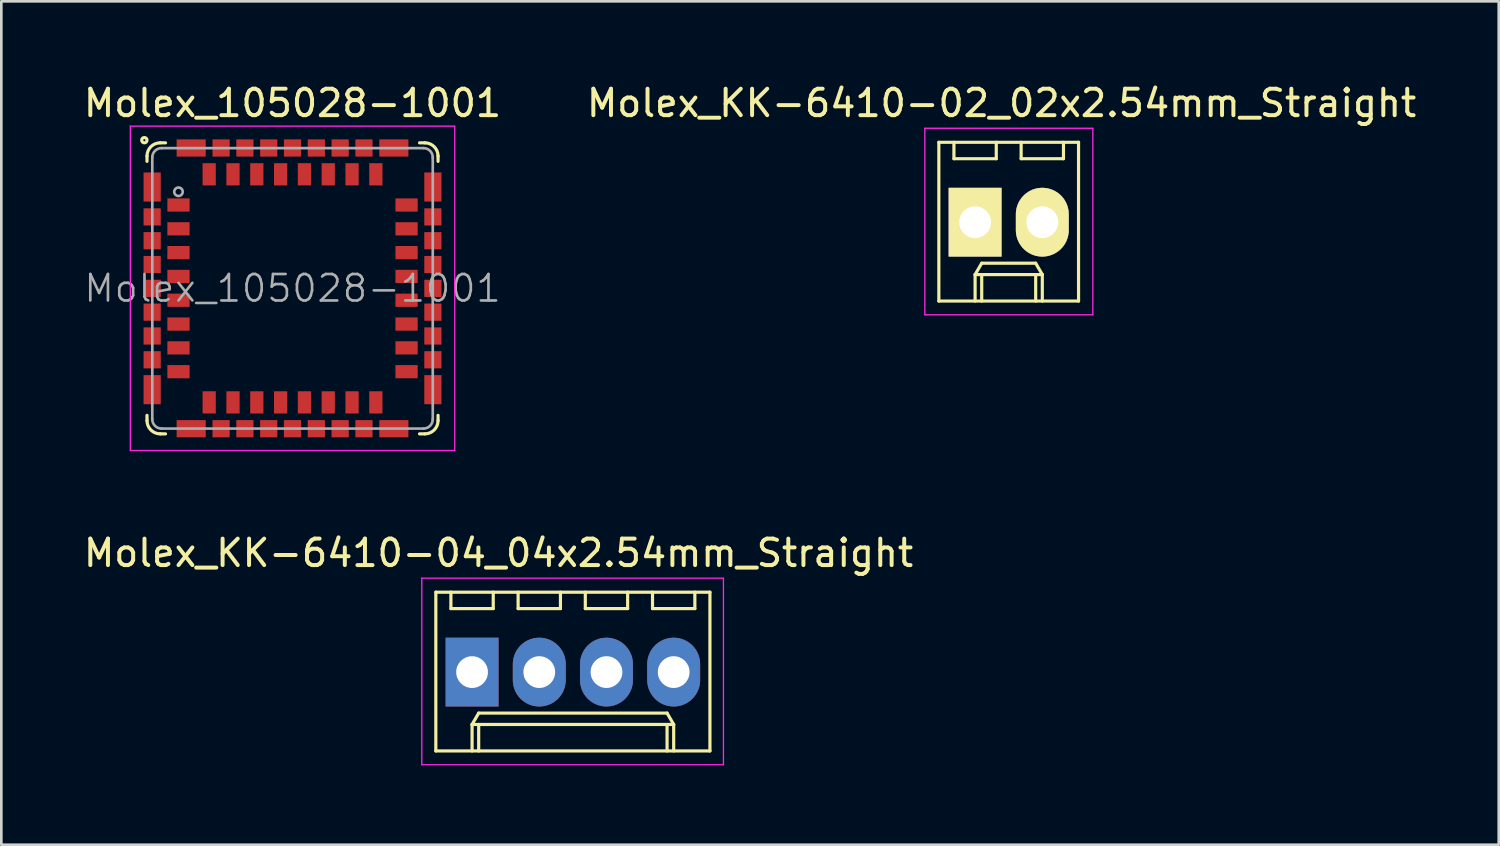
<source format=kicad_pcb>
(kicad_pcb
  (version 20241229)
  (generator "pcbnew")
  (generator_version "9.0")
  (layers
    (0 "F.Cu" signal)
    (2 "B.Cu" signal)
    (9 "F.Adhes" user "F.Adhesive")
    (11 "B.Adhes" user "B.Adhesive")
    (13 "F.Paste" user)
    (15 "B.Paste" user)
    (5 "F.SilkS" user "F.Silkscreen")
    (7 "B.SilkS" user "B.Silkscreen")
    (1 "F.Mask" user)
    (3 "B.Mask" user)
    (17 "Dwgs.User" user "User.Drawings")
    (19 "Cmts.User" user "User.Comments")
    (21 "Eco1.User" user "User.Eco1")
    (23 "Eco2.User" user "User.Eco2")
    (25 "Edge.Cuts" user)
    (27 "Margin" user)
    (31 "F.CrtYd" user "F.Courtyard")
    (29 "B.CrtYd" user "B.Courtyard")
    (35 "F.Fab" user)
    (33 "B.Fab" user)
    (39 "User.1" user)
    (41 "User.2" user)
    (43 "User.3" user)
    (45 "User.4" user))
  (footprint "Molex_105028-1001"
    (layer "F.Cu")
    (at 8.006 7.848)
    (property "Reference" "Molex_105028-1001" (at 0 -7 0) (layer "F.SilkS") (effects (font (size 1 1) (thickness 0.15))))
    (attr smd)
    (fp_line (start -5.5 -4.8) (end -5.5 -5) (stroke (width 0.12) (type solid)) (layer "F.SilkS"))
    (fp_line (start -5.5 5) (end -5.5 4.8) (stroke (width 0.12) (type solid)) (layer "F.SilkS"))
    (fp_line (start -5 5.5) (end -4.8 5.5) (stroke (width 0.12) (type solid)) (layer "F.SilkS"))
    (fp_line (start -4.8 -5.5) (end -5 -5.5) (stroke (width 0.12) (type solid)) (layer "F.SilkS"))
    (fp_line (start 4.8 -5.5) (end 5 -5.5) (stroke (width 0.12) (type solid)) (layer "F.SilkS"))
    (fp_line (start 5 5.5) (end 4.8 5.5) (stroke (width 0.12) (type solid)) (layer "F.SilkS"))
    (fp_line (start 5.5 -5) (end 5.5 -4.8) (stroke (width 0.12) (type solid)) (layer "F.SilkS"))
    (fp_line (start 5.5 5) (end 5.5 4.8) (stroke (width 0.12) (type solid)) (layer "F.SilkS"))
    (fp_arc (start -5.5 -5) (mid -5.353553 -5.353553) (end -5 -5.5) (stroke (width 0.12) (type solid)) (layer "F.SilkS"))
    (fp_arc (start -5 5.5) (mid -5.353553 5.353553) (end -5.5 5) (stroke (width 0.12) (type solid)) (layer "F.SilkS"))
    (fp_arc (start 5 -5.5) (mid 5.353553 -5.353553) (end 5.5 -5) (stroke (width 0.12) (type solid)) (layer "F.SilkS"))
    (fp_arc (start 5.5 5) (mid 5.353553 5.353553) (end 5 5.5) (stroke (width 0.12) (type solid)) (layer "F.SilkS"))
    (fp_circle (center -5.6 -5.6) (end -5.6 -5.5) (stroke (width 0.12) (type solid)) (fill no) (layer "F.SilkS"))
    (fp_line (start -6.13 -6.13) (end 6.13 -6.13) (stroke (width 0.05) (type solid)) (layer "F.CrtYd"))
    (fp_line (start -6.13 6.13) (end -6.13 -6.13) (stroke (width 0.05) (type solid)) (layer "F.CrtYd"))
    (fp_line (start 6.13 -6.13) (end 6.13 6.13) (stroke (width 0.05) (type solid)) (layer "F.CrtYd"))
    (fp_line (start 6.13 6.13) (end -6.13 6.13) (stroke (width 0.05) (type solid)) (layer "F.CrtYd"))
    (fp_line (start -5.3 4.95) (end -5.3 -4.95) (stroke (width 0.1) (type solid)) (layer "F.Fab"))
    (fp_line (start -4.95 -5.3) (end 4.95 -5.3) (stroke (width 0.1) (type solid)) (layer "F.Fab"))
    (fp_line (start -4.95 5.3) (end 4.95 5.3) (stroke (width 0.1) (type solid)) (layer "F.Fab"))
    (fp_line (start 5.3 -4.95) (end 5.3 4.95) (stroke (width 0.1) (type solid)) (layer "F.Fab"))
    (fp_arc (start -5.3 -4.95) (mid -5.197487 -5.197487) (end -4.95 -5.3) (stroke (width 0.1) (type solid)) (layer "F.Fab"))
    (fp_arc (start -4.95 5.3) (mid -5.197487 5.197487) (end -5.3 4.95) (stroke (width 0.1) (type solid)) (layer "F.Fab"))
    (fp_arc (start 4.95 -5.3) (mid 5.197487 -5.197487) (end 5.3 -4.95) (stroke (width 0.1) (type solid)) (layer "F.Fab"))
    (fp_arc (start 5.3 4.95) (mid 5.197487 5.197487) (end 4.95 5.3) (stroke (width 0.1) (type solid)) (layer "F.Fab"))
    (fp_circle (center -4.31 -3.65) (end -4.31 -3.81) (stroke (width 0.1) (type solid)) (fill no) (layer "F.Fab"))
    (fp_text user "${REFERENCE}" (at 0 0 0) (layer "F.Fab") (effects (font (size 1 1) (thickness 0.1))))
    (pad "1" smd rect (at -4.31 -3.15) (size 0.84 0.5) (layers "F.Cu" "F.Mask" "F.Paste"))
    (pad "2" smd rect (at -4.31 -2.25) (size 0.84 0.5) (layers "F.Cu" "F.Mask" "F.Paste"))
    (pad "3" smd rect (at -4.31 -1.35) (size 0.84 0.5) (layers "F.Cu" "F.Mask" "F.Paste"))
    (pad "4" smd rect (at -4.31 -0.45) (size 0.84 0.5) (layers "F.Cu" "F.Mask" "F.Paste"))
    (pad "5" smd rect (at -4.31 0.45) (size 0.84 0.5) (layers "F.Cu" "F.Mask" "F.Paste"))
    (pad "6" smd rect (at -4.31 1.35) (size 0.84 0.5) (layers "F.Cu" "F.Mask" "F.Paste"))
    (pad "7" smd rect (at -4.31 2.25) (size 0.84 0.5) (layers "F.Cu" "F.Mask" "F.Paste"))
    (pad "8" smd rect (at -4.31 3.15) (size 0.84 0.5) (layers "F.Cu" "F.Mask" "F.Paste"))
    (pad "9" smd rect (at -3.15 4.31 90) (size 0.84 0.5) (layers "F.Cu" "F.Mask" "F.Paste"))
    (pad "10" smd rect (at -2.25 4.31 90) (size 0.84 0.5) (layers "F.Cu" "F.Mask" "F.Paste"))
    (pad "11" smd rect (at -1.35 4.31 90) (size 0.84 0.5) (layers "F.Cu" "F.Mask" "F.Paste"))
    (pad "12" smd rect (at -0.45 4.31 90) (size 0.84 0.5) (layers "F.Cu" "F.Mask" "F.Paste"))
    (pad "13" smd rect (at 0.45 4.31 90) (size 0.84 0.5) (layers "F.Cu" "F.Mask" "F.Paste"))
    (pad "14" smd rect (at 1.35 4.31 90) (size 0.84 0.5) (layers "F.Cu" "F.Mask" "F.Paste"))
    (pad "15" smd rect (at 2.25 4.31 90) (size 0.84 0.5) (layers "F.Cu" "F.Mask" "F.Paste"))
    (pad "16" smd rect (at 3.15 4.31 90) (size 0.84 0.5) (layers "F.Cu" "F.Mask" "F.Paste"))
    (pad "17" smd rect (at 4.31 3.15) (size 0.84 0.5) (layers "F.Cu" "F.Mask" "F.Paste"))
    (pad "18" smd rect (at 4.31 2.25) (size 0.84 0.5) (layers "F.Cu" "F.Mask" "F.Paste"))
    (pad "19" smd rect (at 4.31 1.35) (size 0.84 0.5) (layers "F.Cu" "F.Mask" "F.Paste"))
    (pad "20" smd rect (at 4.31 0.45) (size 0.84 0.5) (layers "F.Cu" "F.Mask" "F.Paste"))
    (pad "21" smd rect (at 4.31 -0.45) (size 0.84 0.5) (layers "F.Cu" "F.Mask" "F.Paste"))
    (pad "22" smd rect (at 4.31 -1.35) (size 0.84 0.5) (layers "F.Cu" "F.Mask" "F.Paste"))
    (pad "23" smd rect (at 4.31 -2.25) (size 0.84 0.5) (layers "F.Cu" "F.Mask" "F.Paste"))
    (pad "24" smd rect (at 4.31 -3.15) (size 0.84 0.5) (layers "F.Cu" "F.Mask" "F.Paste"))
    (pad "25" smd rect (at 3.15 -4.31 90) (size 0.84 0.5) (layers "F.Cu" "F.Mask" "F.Paste"))
    (pad "26" smd rect (at 2.25 -4.31 90) (size 0.84 0.5) (layers "F.Cu" "F.Mask" "F.Paste"))
    (pad "27" smd rect (at 1.35 -4.31 90) (size 0.84 0.5) (layers "F.Cu" "F.Mask" "F.Paste"))
    (pad "28" smd rect (at 0.45 -4.31 90) (size 0.84 0.5) (layers "F.Cu" "F.Mask" "F.Paste"))
    (pad "29" smd rect (at -0.45 -4.31 90) (size 0.84 0.5) (layers "F.Cu" "F.Mask" "F.Paste"))
    (pad "30" smd rect (at -1.35 -4.31 90) (size 0.84 0.5) (layers "F.Cu" "F.Mask" "F.Paste"))
    (pad "31" smd rect (at -2.25 -4.31 90) (size 0.84 0.5) (layers "F.Cu" "F.Mask" "F.Paste"))
    (pad "32" smd rect (at -3.15 -4.31 90) (size 0.84 0.5) (layers "F.Cu" "F.Mask" "F.Paste"))
    (pad "33" smd rect (at -5.305 -3.83) (size 0.65 1.1) (layers "F.Cu" "F.Mask" "F.Paste"))
    (pad "33" smd rect (at -5.305 -2.7 90) (size 0.65 0.65) (layers "F.Cu" "F.Mask" "F.Paste"))
    (pad "33" smd rect (at -5.305 -1.8 90) (size 0.65 0.65) (layers "F.Cu" "F.Mask" "F.Paste"))
    (pad "33" smd rect (at -5.305 -0.9 90) (size 0.65 0.65) (layers "F.Cu" "F.Mask" "F.Paste"))
    (pad "33" smd rect (at -5.305 0 90) (size 0.65 0.65) (layers "F.Cu" "F.Mask" "F.Paste"))
    (pad "33" smd rect (at -5.305 1.8 90) (size 0.65 0.65) (layers "F.Cu" "F.Mask" "F.Paste"))
    (pad "33" smd rect (at -5.305 2.7 90) (size 0.65 0.65) (layers "F.Cu" "F.Mask" "F.Paste"))
    (pad "33" smd rect (at -5.305 3.83) (size 0.65 1.1) (layers "F.Cu" "F.Mask" "F.Paste"))
    (pad "33" smd rect (at -3.83 -5.305 90) (size 0.65 1.1) (layers "F.Cu" "F.Mask" "F.Paste"))
    (pad "33" smd rect (at -3.83 5.305 90) (size 0.65 1.1) (layers "F.Cu" "F.Mask" "F.Paste"))
    (pad "33" smd rect (at -2.7 -5.305 90) (size 0.65 0.65) (layers "F.Cu" "F.Mask" "F.Paste"))
    (pad "33" smd rect (at -2.7 5.305 90) (size 0.65 0.65) (layers "F.Cu" "F.Mask" "F.Paste"))
    (pad "33" smd rect (at -1.8 -5.305 90) (size 0.65 0.65) (layers "F.Cu" "F.Mask" "F.Paste"))
    (pad "33" smd rect (at -1.8 5.305 90) (size 0.65 0.65) (layers "F.Cu" "F.Mask" "F.Paste"))
    (pad "33" smd rect (at -0.9 -5.305 90) (size 0.65 0.65) (layers "F.Cu" "F.Mask" "F.Paste"))
    (pad "33" smd rect (at -0.9 5.305 90) (size 0.65 0.65) (layers "F.Cu" "F.Mask" "F.Paste"))
    (pad "33" smd rect (at 0 -5.305 90) (size 0.65 0.65) (layers "F.Cu" "F.Mask" "F.Paste"))
    (pad "33" smd rect (at 0 5.305 90) (size 0.65 0.65) (layers "F.Cu" "F.Mask" "F.Paste"))
    (pad "33" smd rect (at 0.9 -5.305 90) (size 0.65 0.65) (layers "F.Cu" "F.Mask" "F.Paste"))
    (pad "33" smd rect (at 0.9 5.305 90) (size 0.65 0.65) (layers "F.Cu" "F.Mask" "F.Paste"))
    (pad "33" smd rect (at 1.8 -5.305 90) (size 0.65 0.65) (layers "F.Cu" "F.Mask" "F.Paste"))
    (pad "33" smd rect (at 1.8 5.305 90) (size 0.65 0.65) (layers "F.Cu" "F.Mask" "F.Paste"))
    (pad "33" smd rect (at 2.7 -5.305 90) (size 0.65 0.65) (layers "F.Cu" "F.Mask" "F.Paste"))
    (pad "33" smd rect (at 2.7 5.305 90) (size 0.65 0.65) (layers "F.Cu" "F.Mask" "F.Paste"))
    (pad "33" smd rect (at 3.83 -5.305 90) (size 0.65 1.1) (layers "F.Cu" "F.Mask" "F.Paste"))
    (pad "33" smd rect (at 3.83 5.305 90) (size 0.65 1.1) (layers "F.Cu" "F.Mask" "F.Paste"))
    (pad "33" smd rect (at 5.305 -3.83) (size 0.65 1.1) (layers "F.Cu" "F.Mask" "F.Paste"))
    (pad "33" smd rect (at 5.305 -2.7 90) (size 0.65 0.65) (layers "F.Cu" "F.Mask" "F.Paste"))
    (pad "33" smd rect (at 5.305 -1.8 90) (size 0.65 0.65) (layers "F.Cu" "F.Mask" "F.Paste"))
    (pad "33" smd rect (at 5.305 -0.9 90) (size 0.65 0.65) (layers "F.Cu" "F.Mask" "F.Paste"))
    (pad "33" smd rect (at 5.305 0 90) (size 0.65 0.65) (layers "F.Cu" "F.Mask" "F.Paste"))
    (pad "33" smd rect (at 5.305 0.9 90) (size 0.65 0.65) (layers "F.Cu" "F.Mask" "F.Paste"))
    (pad "33" smd rect (at 5.305 1.8 90) (size 0.65 0.65) (layers "F.Cu" "F.Mask" "F.Paste"))
    (pad "33" smd rect (at 5.305 2.7 90) (size 0.65 0.65) (layers "F.Cu" "F.Mask" "F.Paste"))
    (pad "33" smd rect (at 5.305 3.83) (size 0.65 1.1) (layers "F.Cu" "F.Mask" "F.Paste"))
    (pad "3341" smd rect (at -5.305 0.9 90) (size 0.65 0.65) (layers "F.Cu" "F.Mask" "F.Paste")))
  (footprint "Molex_KK-6410-02_02x2.54mm_Straight"
    (layer "F.Cu")
    (at 33.804 5.348)
    (property "Reference" "Molex_KK-6410-02_02x2.54mm_Straight" (at 1 -4.5 0) (layer "F.SilkS") (effects (font (size 1 1) (thickness 0.15))))
    (attr through_hole)
    (fp_line (start -1.37 -3.02) (end -1.37 2.98) (stroke (width 0.12) (type solid)) (layer "F.SilkS"))
    (fp_line (start -1.37 2.98) (end 3.91 2.98) (stroke (width 0.12) (type solid)) (layer "F.SilkS"))
    (fp_line (start -0.8 -3.02) (end -0.8 -2.4) (stroke (width 0.12) (type solid)) (layer "F.SilkS"))
    (fp_line (start -0.8 -2.4) (end 0.8 -2.4) (stroke (width 0.12) (type solid)) (layer "F.SilkS"))
    (fp_line (start 0 1.98) (end 0.25 1.55) (stroke (width 0.12) (type solid)) (layer "F.SilkS"))
    (fp_line (start 0 1.98) (end 2.54 1.98) (stroke (width 0.12) (type solid)) (layer "F.SilkS"))
    (fp_line (start 0 2.98) (end 0 1.98) (stroke (width 0.12) (type solid)) (layer "F.SilkS"))
    (fp_line (start 0.25 1.55) (end 2.29 1.55) (stroke (width 0.12) (type solid)) (layer "F.SilkS"))
    (fp_line (start 0.25 2.98) (end 0.25 1.98) (stroke (width 0.12) (type solid)) (layer "F.SilkS"))
    (fp_line (start 0.8 -2.4) (end 0.8 -3.02) (stroke (width 0.12) (type solid)) (layer "F.SilkS"))
    (fp_line (start 1.74 -3.02) (end 1.74 -2.4) (stroke (width 0.12) (type solid)) (layer "F.SilkS"))
    (fp_line (start 1.74 -2.4) (end 3.34 -2.4) (stroke (width 0.12) (type solid)) (layer "F.SilkS"))
    (fp_line (start 2.29 1.55) (end 2.54 1.98) (stroke (width 0.12) (type solid)) (layer "F.SilkS"))
    (fp_line (start 2.29 2.98) (end 2.29 1.98) (stroke (width 0.12) (type solid)) (layer "F.SilkS"))
    (fp_line (start 2.54 1.98) (end 2.54 2.98) (stroke (width 0.12) (type solid)) (layer "F.SilkS"))
    (fp_line (start 3.34 -2.4) (end 3.34 -3.02) (stroke (width 0.12) (type solid)) (layer "F.SilkS"))
    (fp_line (start 3.91 -3.02) (end -1.37 -3.02) (stroke (width 0.12) (type solid)) (layer "F.SilkS"))
    (fp_line (start 3.91 2.98) (end 3.91 -3.02) (stroke (width 0.12) (type solid)) (layer "F.SilkS"))
    (fp_line (start -1.9 -3.55) (end 4.45 -3.55) (stroke (width 0.05) (type solid)) (layer "F.CrtYd"))
    (fp_line (start -1.9 3.5) (end -1.9 -3.55) (stroke (width 0.05) (type solid)) (layer "F.CrtYd"))
    (fp_line (start 4.45 -3.55) (end 4.45 3.5) (stroke (width 0.05) (type solid)) (layer "F.CrtYd"))
    (fp_line (start 4.45 3.5) (end -1.9 3.5) (stroke (width 0.05) (type solid)) (layer "F.CrtYd"))
    (pad "1" thru_hole rect (at 0 0) (size 2 2.6) (drill 1.2) (layers "*.Cu" "*.Mask" "F.SilkS"))
    (pad "2" thru_hole oval (at 2.54 0) (size 2 2.6) (drill 1.2) (layers "*.Cu" "*.Mask" "F.SilkS")))
  (footprint "Molex_KK-6410-04_04x2.54mm_Straight"
    (layer "F.Cu")
    (at 14.792 22.352)
    (property "Reference" "Molex_KK-6410-04_04x2.54mm_Straight" (at 1 -4.5 0) (layer "F.SilkS") (effects (font (size 1 1) (thickness 0.15))))
    (attr through_hole)
    (fp_line (start -1.37 -3.02) (end -1.37 2.98) (stroke (width 0.12) (type solid)) (layer "F.SilkS"))
    (fp_line (start -1.37 2.98) (end 8.99 2.98) (stroke (width 0.12) (type solid)) (layer "F.SilkS"))
    (fp_line (start -0.8 -3.02) (end -0.8 -2.4) (stroke (width 0.12) (type solid)) (layer "F.SilkS"))
    (fp_line (start -0.8 -2.4) (end 0.8 -2.4) (stroke (width 0.12) (type solid)) (layer "F.SilkS"))
    (fp_line (start 0 1.98) (end 0.25 1.55) (stroke (width 0.12) (type solid)) (layer "F.SilkS"))
    (fp_line (start 0 1.98) (end 7.62 1.98) (stroke (width 0.12) (type solid)) (layer "F.SilkS"))
    (fp_line (start 0 2.98) (end 0 1.98) (stroke (width 0.12) (type solid)) (layer "F.SilkS"))
    (fp_line (start 0.25 1.55) (end 7.37 1.55) (stroke (width 0.12) (type solid)) (layer "F.SilkS"))
    (fp_line (start 0.25 2.98) (end 0.25 1.98) (stroke (width 0.12) (type solid)) (layer "F.SilkS"))
    (fp_line (start 0.8 -2.4) (end 0.8 -3.02) (stroke (width 0.12) (type solid)) (layer "F.SilkS"))
    (fp_line (start 1.74 -3.02) (end 1.74 -2.4) (stroke (width 0.12) (type solid)) (layer "F.SilkS"))
    (fp_line (start 1.74 -2.4) (end 3.34 -2.4) (stroke (width 0.12) (type solid)) (layer "F.SilkS"))
    (fp_line (start 3.34 -2.4) (end 3.34 -3.02) (stroke (width 0.12) (type solid)) (layer "F.SilkS"))
    (fp_line (start 4.28 -3.02) (end 4.28 -2.4) (stroke (width 0.12) (type solid)) (layer "F.SilkS"))
    (fp_line (start 4.28 -2.4) (end 5.88 -2.4) (stroke (width 0.12) (type solid)) (layer "F.SilkS"))
    (fp_line (start 5.88 -2.4) (end 5.88 -3.02) (stroke (width 0.12) (type solid)) (layer "F.SilkS"))
    (fp_line (start 6.82 -3.02) (end 6.82 -2.4) (stroke (width 0.12) (type solid)) (layer "F.SilkS"))
    (fp_line (start 6.82 -2.4) (end 8.42 -2.4) (stroke (width 0.12) (type solid)) (layer "F.SilkS"))
    (fp_line (start 7.37 1.55) (end 7.62 1.98) (stroke (width 0.12) (type solid)) (layer "F.SilkS"))
    (fp_line (start 7.37 2.98) (end 7.37 1.98) (stroke (width 0.12) (type solid)) (layer "F.SilkS"))
    (fp_line (start 7.62 1.98) (end 7.62 2.98) (stroke (width 0.12) (type solid)) (layer "F.SilkS"))
    (fp_line (start 8.42 -2.4) (end 8.42 -3.02) (stroke (width 0.12) (type solid)) (layer "F.SilkS"))
    (fp_line (start 8.99 -3.02) (end -1.37 -3.02) (stroke (width 0.12) (type solid)) (layer "F.SilkS"))
    (fp_line (start 8.99 2.98) (end 8.99 -3.02) (stroke (width 0.12) (type solid)) (layer "F.SilkS"))
    (fp_line (start -1.9 -3.55) (end 9.5 -3.55) (stroke (width 0.05) (type solid)) (layer "F.CrtYd"))
    (fp_line (start -1.9 3.5) (end -1.9 -3.55) (stroke (width 0.05) (type solid)) (layer "F.CrtYd"))
    (fp_line (start 9.5 -3.55) (end 9.5 3.5) (stroke (width 0.05) (type solid)) (layer "F.CrtYd"))
    (fp_line (start 9.5 3.5) (end -1.9 3.5) (stroke (width 0.05) (type solid)) (layer "F.CrtYd"))
    (pad "1" thru_hole rect (at 0 0) (size 2 2.6) (drill 1.2) (layers "*.Cu" "*.Mask"))
    (pad "2" thru_hole oval (at 2.54 0) (size 2 2.6) (drill 1.2) (layers "*.Cu" "*.Mask"))
    (pad "3" thru_hole oval (at 5.08 0) (size 2 2.6) (drill 1.2) (layers "*.Cu" "*.Mask"))
    (pad "4" thru_hole oval (at 7.62 0) (size 2 2.6) (drill 1.2) (layers "*.Cu" "*.Mask")))
  (gr_rect
    (start -3 -3)
    (end 53.595 28.877)
    (stroke (width 0.1) (type default))
    (fill no)
    (layer "Edge.Cuts")))
</source>
